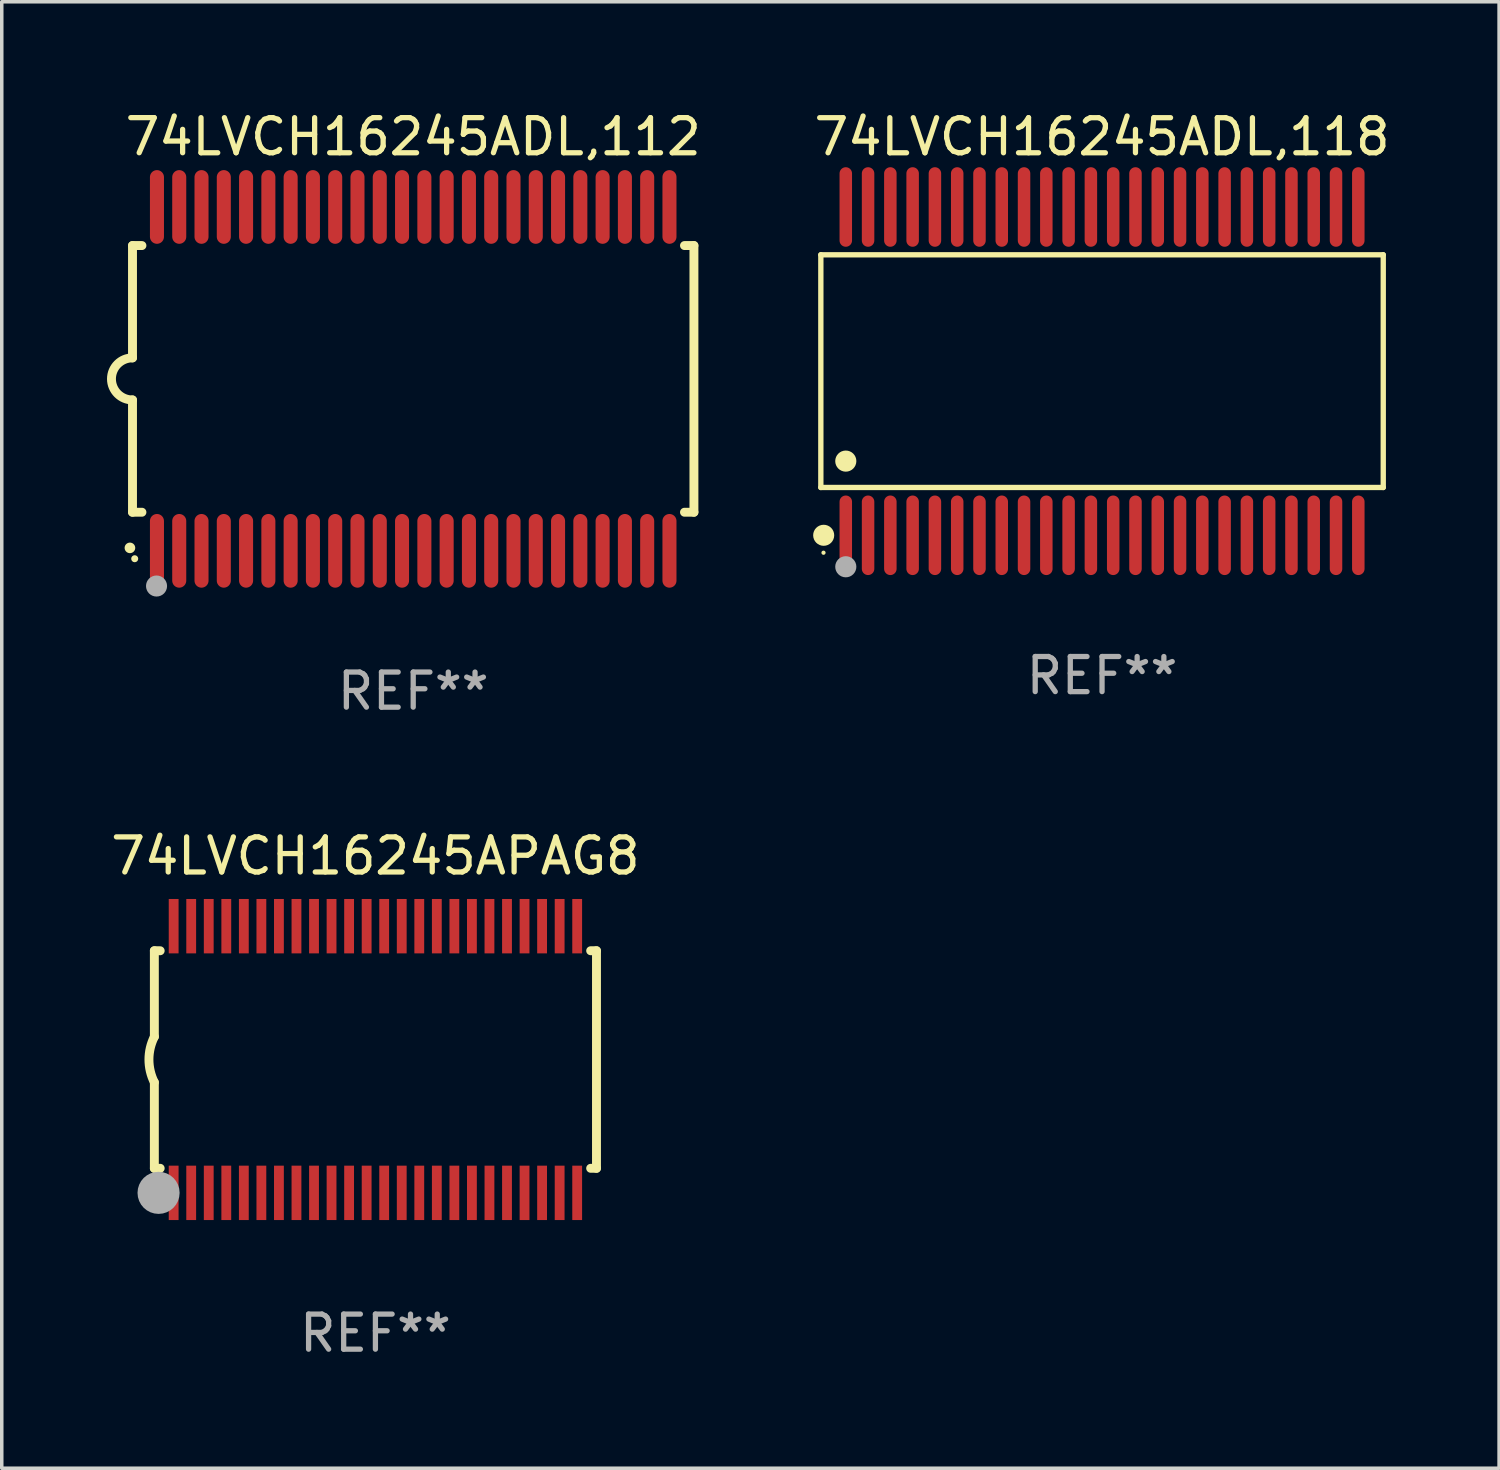
<source format=kicad_pcb>
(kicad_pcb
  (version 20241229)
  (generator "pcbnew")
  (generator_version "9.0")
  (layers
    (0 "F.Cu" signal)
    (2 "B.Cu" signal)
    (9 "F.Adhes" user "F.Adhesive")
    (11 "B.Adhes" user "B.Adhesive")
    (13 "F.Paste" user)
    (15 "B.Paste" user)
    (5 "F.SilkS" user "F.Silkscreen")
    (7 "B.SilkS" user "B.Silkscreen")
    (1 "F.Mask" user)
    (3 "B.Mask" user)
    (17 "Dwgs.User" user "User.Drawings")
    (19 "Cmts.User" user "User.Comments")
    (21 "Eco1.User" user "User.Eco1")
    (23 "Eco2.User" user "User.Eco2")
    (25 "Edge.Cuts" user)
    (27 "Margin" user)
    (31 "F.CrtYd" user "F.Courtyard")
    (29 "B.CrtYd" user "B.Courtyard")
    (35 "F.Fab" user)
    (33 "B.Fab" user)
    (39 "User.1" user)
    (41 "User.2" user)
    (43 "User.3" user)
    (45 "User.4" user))
  (footprint "74LVCH16245ADL,112"
    (layer "F.Cu")
    (at 8.726 7.748)
    (property "Reference" "74LVCH16245ADL,112" (at 0 -6.9 0) (layer "F.SilkS") (effects (font (size 1 1) (thickness 0.15))))
    (attr through_hole)
    (fp_line (start -8 -3.8) (end -8 -0.599) (stroke (width 0.254) (type solid)) (layer "F.SilkS"))
    (fp_line (start -8 -3.8) (end -7.731 -3.8) (stroke (width 0.254) (type solid)) (layer "F.SilkS"))
    (fp_line (start -8 3.8) (end -8 0.599) (stroke (width 0.254) (type solid)) (layer "F.SilkS"))
    (fp_line (start -7.731 3.8) (end -8 3.8) (stroke (width 0.254) (type solid)) (layer "F.SilkS"))
    (fp_line (start 7.731 -3.8) (end 8 -3.8) (stroke (width 0.254) (type solid)) (layer "F.SilkS"))
    (fp_line (start 8 -3.8) (end 8 3.8) (stroke (width 0.254) (type solid)) (layer "F.SilkS"))
    (fp_line (start 8 3.8) (end 7.731 3.8) (stroke (width 0.254) (type solid)) (layer "F.SilkS"))
    (fp_arc (start -8.074676 4.81585) (mid -8.073406 4.815845) (end -8.072136 4.81585) (stroke (width 0.3) (type solid)) (layer "F.SilkS"))
    (fp_arc (start -8.000025 0.6) (mid -8.598908 0.00056) (end -8.000027 -0.598882) (stroke (width 0.254001) (type solid)) (layer "F.SilkS"))
    (fp_circle (center -7.937 5.125) (end -7.887 5.125) (stroke (width 0.1) (type solid)) (fill no) (layer "F.SilkS"))
    (fp_circle (center -7.315 5.903) (end -7.165 5.903) (stroke (width 0.3) (type solid)) (fill no) (layer "F.Fab"))
    (fp_text user "REF**" (at 0 8.9 0) (layer "F.Fab") (effects (font (size 1 1) (thickness 0.15))))
    (pad "1" smd oval (at -7.303 4.9) (size 0.4 2.1) (layers "F.Cu" "F.Mask" "F.Paste"))
    (pad "2" smd oval (at -6.668 4.9) (size 0.4 2.1) (layers "F.Cu" "F.Mask" "F.Paste"))
    (pad "3" smd oval (at -6.033 4.9) (size 0.4 2.1) (layers "F.Cu" "F.Mask" "F.Paste"))
    (pad "4" smd oval (at -5.398 4.9) (size 0.4 2.1) (layers "F.Cu" "F.Mask" "F.Paste"))
    (pad "5" smd oval (at -4.763 4.9) (size 0.4 2.1) (layers "F.Cu" "F.Mask" "F.Paste"))
    (pad "6" smd oval (at -4.128 4.9) (size 0.4 2.1) (layers "F.Cu" "F.Mask" "F.Paste"))
    (pad "7" smd oval (at -3.493 4.9) (size 0.4 2.1) (layers "F.Cu" "F.Mask" "F.Paste"))
    (pad "8" smd oval (at -2.858 4.9) (size 0.4 2.1) (layers "F.Cu" "F.Mask" "F.Paste"))
    (pad "9" smd oval (at -2.223 4.9) (size 0.4 2.1) (layers "F.Cu" "F.Mask" "F.Paste"))
    (pad "10" smd oval (at -1.588 4.9) (size 0.4 2.1) (layers "F.Cu" "F.Mask" "F.Paste"))
    (pad "11" smd oval (at -0.953 4.9) (size 0.4 2.1) (layers "F.Cu" "F.Mask" "F.Paste"))
    (pad "12" smd oval (at -0.318 4.9) (size 0.4 2.1) (layers "F.Cu" "F.Mask" "F.Paste"))
    (pad "13" smd oval (at 0.318 4.9) (size 0.4 2.1) (layers "F.Cu" "F.Mask" "F.Paste"))
    (pad "14" smd oval (at 0.953 4.9) (size 0.4 2.1) (layers "F.Cu" "F.Mask" "F.Paste"))
    (pad "15" smd oval (at 1.588 4.9) (size 0.4 2.1) (layers "F.Cu" "F.Mask" "F.Paste"))
    (pad "16" smd oval (at 2.223 4.9) (size 0.4 2.1) (layers "F.Cu" "F.Mask" "F.Paste"))
    (pad "17" smd oval (at 2.858 4.9) (size 0.4 2.1) (layers "F.Cu" "F.Mask" "F.Paste"))
    (pad "18" smd oval (at 3.493 4.9) (size 0.4 2.1) (layers "F.Cu" "F.Mask" "F.Paste"))
    (pad "19" smd oval (at 4.128 4.9) (size 0.4 2.1) (layers "F.Cu" "F.Mask" "F.Paste"))
    (pad "20" smd oval (at 4.763 4.9) (size 0.4 2.1) (layers "F.Cu" "F.Mask" "F.Paste"))
    (pad "21" smd oval (at 5.398 4.9) (size 0.4 2.1) (layers "F.Cu" "F.Mask" "F.Paste"))
    (pad "22" smd oval (at 6.033 4.9) (size 0.4 2.1) (layers "F.Cu" "F.Mask" "F.Paste"))
    (pad "23" smd oval (at 6.668 4.9) (size 0.4 2.1) (layers "F.Cu" "F.Mask" "F.Paste"))
    (pad "24" smd oval (at 7.303 4.9) (size 0.4 2.1) (layers "F.Cu" "F.Mask" "F.Paste"))
    (pad "25" smd oval (at 7.303 -4.9 180) (size 0.4 2.1) (layers "F.Cu" "F.Mask" "F.Paste"))
    (pad "26" smd oval (at 6.668 -4.9 180) (size 0.4 2.1) (layers "F.Cu" "F.Mask" "F.Paste"))
    (pad "27" smd oval (at 6.033 -4.9 180) (size 0.4 2.1) (layers "F.Cu" "F.Mask" "F.Paste"))
    (pad "28" smd oval (at 5.398 -4.9 180) (size 0.4 2.1) (layers "F.Cu" "F.Mask" "F.Paste"))
    (pad "29" smd oval (at 4.763 -4.9 180) (size 0.4 2.1) (layers "F.Cu" "F.Mask" "F.Paste"))
    (pad "30" smd oval (at 4.128 -4.9 180) (size 0.4 2.1) (layers "F.Cu" "F.Mask" "F.Paste"))
    (pad "31" smd oval (at 3.493 -4.9 180) (size 0.4 2.1) (layers "F.Cu" "F.Mask" "F.Paste"))
    (pad "32" smd oval (at 2.858 -4.9 180) (size 0.4 2.1) (layers "F.Cu" "F.Mask" "F.Paste"))
    (pad "33" smd oval (at 2.223 -4.9 180) (size 0.4 2.1) (layers "F.Cu" "F.Mask" "F.Paste"))
    (pad "34" smd oval (at 1.588 -4.9 180) (size 0.4 2.1) (layers "F.Cu" "F.Mask" "F.Paste"))
    (pad "35" smd oval (at 0.953 -4.9 180) (size 0.4 2.1) (layers "F.Cu" "F.Mask" "F.Paste"))
    (pad "36" smd oval (at 0.318 -4.9 180) (size 0.4 2.1) (layers "F.Cu" "F.Mask" "F.Paste"))
    (pad "37" smd oval (at -0.318 -4.9 180) (size 0.4 2.1) (layers "F.Cu" "F.Mask" "F.Paste"))
    (pad "38" smd oval (at -0.953 -4.9 180) (size 0.4 2.1) (layers "F.Cu" "F.Mask" "F.Paste"))
    (pad "39" smd oval (at -1.588 -4.9 180) (size 0.4 2.1) (layers "F.Cu" "F.Mask" "F.Paste"))
    (pad "40" smd oval (at -2.223 -4.9 180) (size 0.4 2.1) (layers "F.Cu" "F.Mask" "F.Paste"))
    (pad "41" smd oval (at -2.858 -4.9 180) (size 0.4 2.1) (layers "F.Cu" "F.Mask" "F.Paste"))
    (pad "42" smd oval (at -3.493 -4.9 180) (size 0.4 2.1) (layers "F.Cu" "F.Mask" "F.Paste"))
    (pad "43" smd oval (at -4.128 -4.9 180) (size 0.4 2.1) (layers "F.Cu" "F.Mask" "F.Paste"))
    (pad "44" smd oval (at -4.763 -4.9 180) (size 0.4 2.1) (layers "F.Cu" "F.Mask" "F.Paste"))
    (pad "45" smd oval (at -5.398 -4.9 180) (size 0.4 2.1) (layers "F.Cu" "F.Mask" "F.Paste"))
    (pad "46" smd oval (at -6.033 -4.9 180) (size 0.4 2.1) (layers "F.Cu" "F.Mask" "F.Paste"))
    (pad "47" smd oval (at -6.668 -4.9 180) (size 0.4 2.1) (layers "F.Cu" "F.Mask" "F.Paste"))
    (pad "48" smd oval (at -7.303 -4.9 180) (size 0.4 2.1) (layers "F.Cu" "F.Mask" "F.Paste")))
  (footprint "74LVCH16245ADL,118"
    (layer "F.Cu")
    (at 28.357 7.527)
    (property "Reference" "74LVCH16245ADL,118" (at 0 -6.678 0) (layer "F.SilkS") (effects (font (size 1 1) (thickness 0.15))))
    (attr through_hole)
    (fp_line (start -8.014 -3.316) (end 8.014 -3.316) (stroke (width 0.152) (type solid)) (layer "F.SilkS"))
    (fp_line (start -8.014 3.316) (end -8.014 -3.316) (stroke (width 0.152) (type solid)) (layer "F.SilkS"))
    (fp_line (start 8.014 -3.316) (end 8.014 3.316) (stroke (width 0.152) (type solid)) (layer "F.SilkS"))
    (fp_line (start 8.014 3.316) (end -8.014 3.316) (stroke (width 0.152) (type solid)) (layer "F.SilkS"))
    (fp_circle (center -7.938 5.175) (end -7.908 5.175) (stroke (width 0.06) (type solid)) (fill no) (layer "F.SilkS"))
    (fp_circle (center -7.933 4.678) (end -7.783 4.678) (stroke (width 0.3) (type solid)) (fill no) (layer "F.SilkS"))
    (fp_circle (center -7.303 2.564) (end -7.152 2.564) (stroke (width 0.3) (type solid)) (fill no) (layer "F.SilkS"))
    (fp_circle (center -7.303 5.575) (end -7.152 5.575) (stroke (width 0.3) (type solid)) (fill no) (layer "F.Fab"))
    (fp_text user "REF**" (at 0 8.678 0) (layer "F.Fab") (effects (font (size 1 1) (thickness 0.15))))
    (pad "1" smd oval (at -7.303 4.678) (size 0.356 2.267) (layers "F.Cu" "F.Mask" "F.Paste"))
    (pad "2" smd oval (at -6.668 4.678) (size 0.356 2.267) (layers "F.Cu" "F.Mask" "F.Paste"))
    (pad "3" smd oval (at -6.033 4.678) (size 0.356 2.267) (layers "F.Cu" "F.Mask" "F.Paste"))
    (pad "4" smd oval (at -5.398 4.678) (size 0.356 2.267) (layers "F.Cu" "F.Mask" "F.Paste"))
    (pad "5" smd oval (at -4.763 4.678) (size 0.356 2.267) (layers "F.Cu" "F.Mask" "F.Paste"))
    (pad "6" smd oval (at -4.128 4.678) (size 0.356 2.267) (layers "F.Cu" "F.Mask" "F.Paste"))
    (pad "7" smd oval (at -3.493 4.678) (size 0.356 2.267) (layers "F.Cu" "F.Mask" "F.Paste"))
    (pad "8" smd oval (at -2.858 4.678) (size 0.356 2.267) (layers "F.Cu" "F.Mask" "F.Paste"))
    (pad "9" smd oval (at -2.223 4.678) (size 0.356 2.267) (layers "F.Cu" "F.Mask" "F.Paste"))
    (pad "10" smd oval (at -1.588 4.678) (size 0.356 2.267) (layers "F.Cu" "F.Mask" "F.Paste"))
    (pad "11" smd oval (at -0.953 4.678) (size 0.356 2.267) (layers "F.Cu" "F.Mask" "F.Paste"))
    (pad "12" smd oval (at -0.318 4.678) (size 0.356 2.267) (layers "F.Cu" "F.Mask" "F.Paste"))
    (pad "13" smd oval (at 0.318 4.678) (size 0.356 2.267) (layers "F.Cu" "F.Mask" "F.Paste"))
    (pad "14" smd oval (at 0.953 4.678) (size 0.356 2.267) (layers "F.Cu" "F.Mask" "F.Paste"))
    (pad "15" smd oval (at 1.588 4.678) (size 0.356 2.267) (layers "F.Cu" "F.Mask" "F.Paste"))
    (pad "16" smd oval (at 2.223 4.678) (size 0.356 2.267) (layers "F.Cu" "F.Mask" "F.Paste"))
    (pad "17" smd oval (at 2.858 4.678) (size 0.356 2.267) (layers "F.Cu" "F.Mask" "F.Paste"))
    (pad "18" smd oval (at 3.493 4.678) (size 0.356 2.267) (layers "F.Cu" "F.Mask" "F.Paste"))
    (pad "19" smd oval (at 4.128 4.678) (size 0.356 2.267) (layers "F.Cu" "F.Mask" "F.Paste"))
    (pad "20" smd oval (at 4.763 4.678) (size 0.356 2.267) (layers "F.Cu" "F.Mask" "F.Paste"))
    (pad "21" smd oval (at 5.398 4.678) (size 0.356 2.267) (layers "F.Cu" "F.Mask" "F.Paste"))
    (pad "22" smd oval (at 6.033 4.678) (size 0.356 2.267) (layers "F.Cu" "F.Mask" "F.Paste"))
    (pad "23" smd oval (at 6.668 4.678) (size 0.356 2.267) (layers "F.Cu" "F.Mask" "F.Paste"))
    (pad "24" smd oval (at 7.303 4.678) (size 0.356 2.267) (layers "F.Cu" "F.Mask" "F.Paste"))
    (pad "25" smd oval (at 7.303 -4.678) (size 0.356 2.267) (layers "F.Cu" "F.Mask" "F.Paste"))
    (pad "26" smd oval (at 6.668 -4.678) (size 0.356 2.267) (layers "F.Cu" "F.Mask" "F.Paste"))
    (pad "27" smd oval (at 6.033 -4.678) (size 0.356 2.267) (layers "F.Cu" "F.Mask" "F.Paste"))
    (pad "28" smd oval (at 5.398 -4.678) (size 0.356 2.267) (layers "F.Cu" "F.Mask" "F.Paste"))
    (pad "29" smd oval (at 4.763 -4.678) (size 0.356 2.267) (layers "F.Cu" "F.Mask" "F.Paste"))
    (pad "30" smd oval (at 4.128 -4.678) (size 0.356 2.267) (layers "F.Cu" "F.Mask" "F.Paste"))
    (pad "31" smd oval (at 3.493 -4.678) (size 0.356 2.267) (layers "F.Cu" "F.Mask" "F.Paste"))
    (pad "32" smd oval (at 2.858 -4.678) (size 0.356 2.267) (layers "F.Cu" "F.Mask" "F.Paste"))
    (pad "33" smd oval (at 2.223 -4.678) (size 0.356 2.267) (layers "F.Cu" "F.Mask" "F.Paste"))
    (pad "34" smd oval (at 1.588 -4.678) (size 0.356 2.267) (layers "F.Cu" "F.Mask" "F.Paste"))
    (pad "35" smd oval (at 0.953 -4.678) (size 0.356 2.267) (layers "F.Cu" "F.Mask" "F.Paste"))
    (pad "36" smd oval (at 0.318 -4.678) (size 0.356 2.267) (layers "F.Cu" "F.Mask" "F.Paste"))
    (pad "37" smd oval (at -0.318 -4.678) (size 0.356 2.267) (layers "F.Cu" "F.Mask" "F.Paste"))
    (pad "38" smd oval (at -0.953 -4.678) (size 0.356 2.267) (layers "F.Cu" "F.Mask" "F.Paste"))
    (pad "39" smd oval (at -1.588 -4.678) (size 0.356 2.267) (layers "F.Cu" "F.Mask" "F.Paste"))
    (pad "40" smd oval (at -2.223 -4.678) (size 0.356 2.267) (layers "F.Cu" "F.Mask" "F.Paste"))
    (pad "41" smd oval (at -2.858 -4.678) (size 0.356 2.267) (layers "F.Cu" "F.Mask" "F.Paste"))
    (pad "42" smd oval (at -3.493 -4.678) (size 0.356 2.267) (layers "F.Cu" "F.Mask" "F.Paste"))
    (pad "43" smd oval (at -4.128 -4.678) (size 0.356 2.267) (layers "F.Cu" "F.Mask" "F.Paste"))
    (pad "44" smd oval (at -4.763 -4.678) (size 0.356 2.267) (layers "F.Cu" "F.Mask" "F.Paste"))
    (pad "45" smd oval (at -5.398 -4.678) (size 0.356 2.267) (layers "F.Cu" "F.Mask" "F.Paste"))
    (pad "46" smd oval (at -6.033 -4.678) (size 0.356 2.267) (layers "F.Cu" "F.Mask" "F.Paste"))
    (pad "47" smd oval (at -6.668 -4.678) (size 0.356 2.267) (layers "F.Cu" "F.Mask" "F.Paste"))
    (pad "48" smd oval (at -7.303 -4.678) (size 0.356 2.267) (layers "F.Cu" "F.Mask" "F.Paste")))
  (footprint "74LVCH16245APAG8"
    (layer "F.Cu")
    (at 7.649 27.145)
    (property "Reference" "74LVCH16245APAG8" (at 0 -5.8 0) (layer "F.SilkS") (effects (font (size 1 1) (thickness 0.15))))
    (attr through_hole)
    (fp_line (start -6.3 -3.1) (end -6.3 -0.65) (stroke (width 0.254) (type solid)) (layer "F.SilkS"))
    (fp_line (start -6.3 -3.1) (end -6.134 -3.1) (stroke (width 0.254) (type solid)) (layer "F.SilkS"))
    (fp_line (start -6.3 3.1) (end -6.3 0.65) (stroke (width 0.254) (type solid)) (layer "F.SilkS"))
    (fp_line (start -6.3 3.1) (end -6.134 3.1) (stroke (width 0.254) (type solid)) (layer "F.SilkS"))
    (fp_line (start 6.134 -3.1) (end 6.3 -3.1) (stroke (width 0.254) (type solid)) (layer "F.SilkS"))
    (fp_line (start 6.134 3.1) (end 6.3 3.1) (stroke (width 0.254) (type solid)) (layer "F.SilkS"))
    (fp_line (start 6.3 -3.1) (end 6.3 3.1) (stroke (width 0.254) (type solid)) (layer "F.SilkS"))
    (fp_arc (start -6.301016 0.650114) (mid -6.45413 -0.000082) (end -6.3 -0.650038) (stroke (width 0.254001) (type solid)) (layer "F.SilkS"))
    (fp_circle (center -6.35 3.81) (end -6.223 3.81) (stroke (width 0.254) (type solid)) (fill no) (layer "F.SilkS"))
    (fp_circle (center -6.25 4.05) (end -6.22 4.05) (stroke (width 0.06) (type solid)) (fill no) (layer "F.SilkS"))
    (fp_circle (center -6.18 3.8) (end -5.88 3.8) (stroke (width 0.6) (type solid)) (fill no) (layer "F.Fab"))
    (fp_text user "REF**" (at 0 7.8 0) (layer "F.Fab") (effects (font (size 1 1) (thickness 0.15))))
    (pad "1" smd rect (at -5.75 3.8) (size 0.28 1.55) (layers "F.Cu" "F.Mask" "F.Paste"))
    (pad "2" smd rect (at -5.25 3.8) (size 0.28 1.55) (layers "F.Cu" "F.Mask" "F.Paste"))
    (pad "3" smd rect (at -4.75 3.8) (size 0.28 1.55) (layers "F.Cu" "F.Mask" "F.Paste"))
    (pad "4" smd rect (at -4.25 3.8) (size 0.28 1.55) (layers "F.Cu" "F.Mask" "F.Paste"))
    (pad "5" smd rect (at -3.75 3.8) (size 0.28 1.55) (layers "F.Cu" "F.Mask" "F.Paste"))
    (pad "6" smd rect (at -3.25 3.8) (size 0.28 1.55) (layers "F.Cu" "F.Mask" "F.Paste"))
    (pad "7" smd rect (at -2.75 3.8) (size 0.28 1.55) (layers "F.Cu" "F.Mask" "F.Paste"))
    (pad "8" smd rect (at -2.25 3.8) (size 0.28 1.55) (layers "F.Cu" "F.Mask" "F.Paste"))
    (pad "9" smd rect (at -1.75 3.8) (size 0.28 1.55) (layers "F.Cu" "F.Mask" "F.Paste"))
    (pad "10" smd rect (at -1.25 3.8) (size 0.28 1.55) (layers "F.Cu" "F.Mask" "F.Paste"))
    (pad "11" smd rect (at -0.75 3.8) (size 0.28 1.55) (layers "F.Cu" "F.Mask" "F.Paste"))
    (pad "12" smd rect (at -0.25 3.8) (size 0.28 1.55) (layers "F.Cu" "F.Mask" "F.Paste"))
    (pad "13" smd rect (at 0.25 3.8) (size 0.28 1.55) (layers "F.Cu" "F.Mask" "F.Paste"))
    (pad "14" smd rect (at 0.75 3.8) (size 0.28 1.55) (layers "F.Cu" "F.Mask" "F.Paste"))
    (pad "15" smd rect (at 1.25 3.8) (size 0.28 1.55) (layers "F.Cu" "F.Mask" "F.Paste"))
    (pad "16" smd rect (at 1.75 3.8) (size 0.28 1.55) (layers "F.Cu" "F.Mask" "F.Paste"))
    (pad "17" smd rect (at 2.25 3.8) (size 0.28 1.55) (layers "F.Cu" "F.Mask" "F.Paste"))
    (pad "18" smd rect (at 2.75 3.8) (size 0.28 1.55) (layers "F.Cu" "F.Mask" "F.Paste"))
    (pad "19" smd rect (at 3.25 3.8) (size 0.28 1.55) (layers "F.Cu" "F.Mask" "F.Paste"))
    (pad "20" smd rect (at 3.75 3.8) (size 0.28 1.55) (layers "F.Cu" "F.Mask" "F.Paste"))
    (pad "21" smd rect (at 4.25 3.8) (size 0.28 1.55) (layers "F.Cu" "F.Mask" "F.Paste"))
    (pad "22" smd rect (at 4.75 3.8) (size 0.28 1.55) (layers "F.Cu" "F.Mask" "F.Paste"))
    (pad "23" smd rect (at 5.25 3.8) (size 0.28 1.55) (layers "F.Cu" "F.Mask" "F.Paste"))
    (pad "24" smd rect (at 5.75 3.8) (size 0.28 1.55) (layers "F.Cu" "F.Mask" "F.Paste"))
    (pad "25" smd rect (at 5.75 -3.8) (size 0.28 1.55) (layers "F.Cu" "F.Mask" "F.Paste"))
    (pad "26" smd rect (at 5.25 -3.8) (size 0.28 1.55) (layers "F.Cu" "F.Mask" "F.Paste"))
    (pad "27" smd rect (at 4.75 -3.8) (size 0.28 1.55) (layers "F.Cu" "F.Mask" "F.Paste"))
    (pad "28" smd rect (at 4.25 -3.8) (size 0.28 1.55) (layers "F.Cu" "F.Mask" "F.Paste"))
    (pad "29" smd rect (at 3.75 -3.8) (size 0.28 1.55) (layers "F.Cu" "F.Mask" "F.Paste"))
    (pad "30" smd rect (at 3.25 -3.8) (size 0.28 1.55) (layers "F.Cu" "F.Mask" "F.Paste"))
    (pad "31" smd rect (at 2.75 -3.8) (size 0.28 1.55) (layers "F.Cu" "F.Mask" "F.Paste"))
    (pad "32" smd rect (at 2.25 -3.8) (size 0.28 1.55) (layers "F.Cu" "F.Mask" "F.Paste"))
    (pad "33" smd rect (at 1.75 -3.8) (size 0.28 1.55) (layers "F.Cu" "F.Mask" "F.Paste"))
    (pad "34" smd rect (at 1.25 -3.8) (size 0.28 1.55) (layers "F.Cu" "F.Mask" "F.Paste"))
    (pad "35" smd rect (at 0.75 -3.8) (size 0.28 1.55) (layers "F.Cu" "F.Mask" "F.Paste"))
    (pad "36" smd rect (at 0.25 -3.8) (size 0.28 1.55) (layers "F.Cu" "F.Mask" "F.Paste"))
    (pad "37" smd rect (at -0.25 -3.8) (size 0.28 1.55) (layers "F.Cu" "F.Mask" "F.Paste"))
    (pad "38" smd rect (at -0.75 -3.8) (size 0.28 1.55) (layers "F.Cu" "F.Mask" "F.Paste"))
    (pad "39" smd rect (at -1.25 -3.8) (size 0.28 1.55) (layers "F.Cu" "F.Mask" "F.Paste"))
    (pad "40" smd rect (at -1.75 -3.8) (size 0.28 1.55) (layers "F.Cu" "F.Mask" "F.Paste"))
    (pad "41" smd rect (at -2.25 -3.8) (size 0.28 1.55) (layers "F.Cu" "F.Mask" "F.Paste"))
    (pad "42" smd rect (at -2.75 -3.8) (size 0.28 1.55) (layers "F.Cu" "F.Mask" "F.Paste"))
    (pad "43" smd rect (at -3.25 -3.8) (size 0.28 1.55) (layers "F.Cu" "F.Mask" "F.Paste"))
    (pad "44" smd rect (at -3.75 -3.8) (size 0.28 1.55) (layers "F.Cu" "F.Mask" "F.Paste"))
    (pad "45" smd rect (at -4.25 -3.8) (size 0.28 1.55) (layers "F.Cu" "F.Mask" "F.Paste"))
    (pad "46" smd rect (at -4.75 -3.8) (size 0.28 1.55) (layers "F.Cu" "F.Mask" "F.Paste"))
    (pad "47" smd rect (at -5.25 -3.8) (size 0.28 1.55) (layers "F.Cu" "F.Mask" "F.Paste"))
    (pad "48" smd rect (at -5.75 -3.8) (size 0.28 1.55) (layers "F.Cu" "F.Mask" "F.Paste")))
  (gr_rect
    (start -3 -3)
    (end 39.672 38.793)
    (stroke (width 0.1) (type default))
    (fill no)
    (layer "Edge.Cuts")))
</source>
